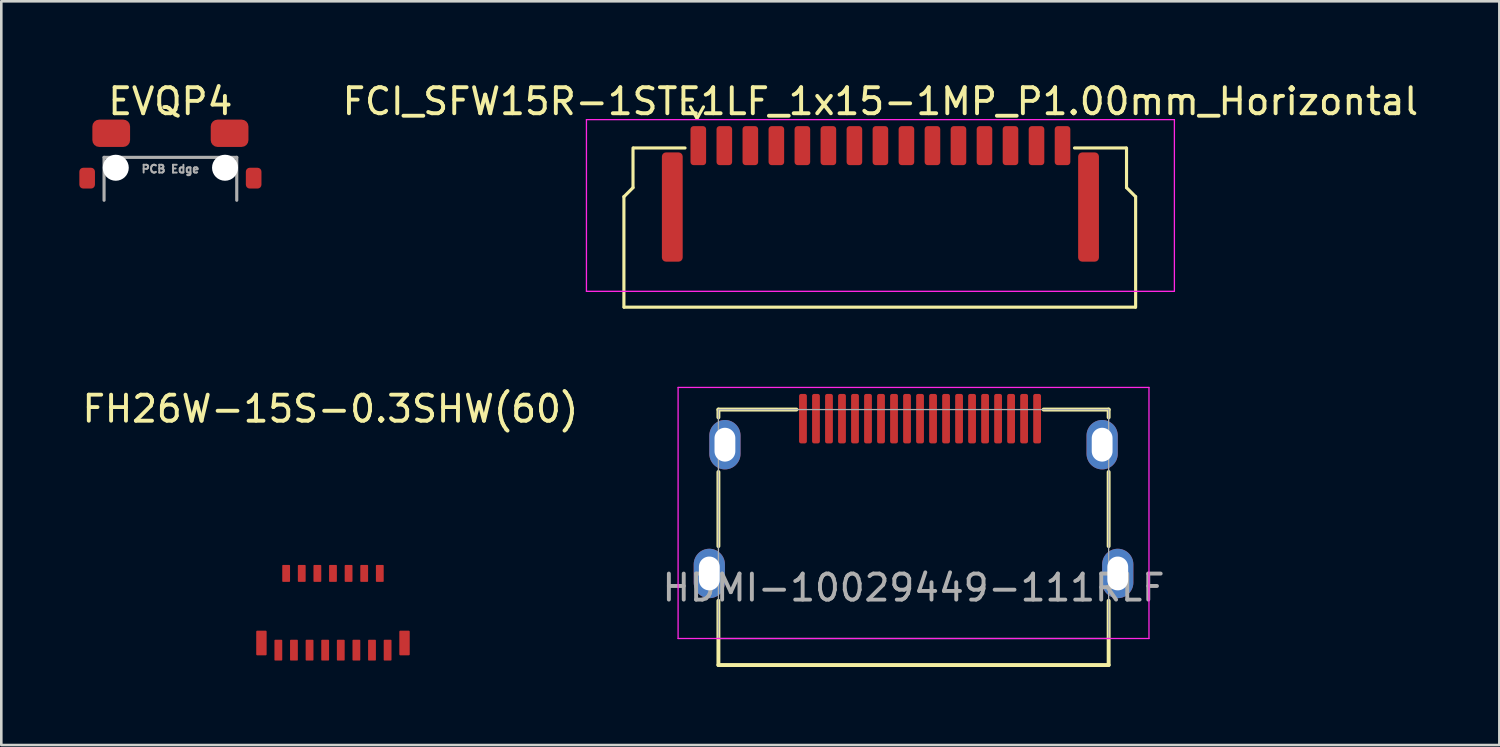
<source format=kicad_pcb>
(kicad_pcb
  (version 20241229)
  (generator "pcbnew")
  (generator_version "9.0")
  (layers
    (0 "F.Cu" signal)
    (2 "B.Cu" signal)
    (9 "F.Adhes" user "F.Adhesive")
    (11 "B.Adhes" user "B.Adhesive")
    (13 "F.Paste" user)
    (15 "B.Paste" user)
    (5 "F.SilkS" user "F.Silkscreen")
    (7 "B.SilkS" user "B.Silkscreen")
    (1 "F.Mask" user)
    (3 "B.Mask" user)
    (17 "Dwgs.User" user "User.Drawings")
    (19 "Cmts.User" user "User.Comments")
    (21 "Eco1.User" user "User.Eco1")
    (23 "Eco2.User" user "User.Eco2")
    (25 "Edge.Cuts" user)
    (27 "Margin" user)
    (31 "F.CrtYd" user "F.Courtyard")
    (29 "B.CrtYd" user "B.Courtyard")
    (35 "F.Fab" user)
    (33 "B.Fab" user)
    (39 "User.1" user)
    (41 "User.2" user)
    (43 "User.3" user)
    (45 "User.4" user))
  (footprint "FH26W-15S-0.3SHW(60)"
    (layer "F.Cu")
    (at 9.749 20.741)
    (property "Reference" "FH26W-15S-0.3SHW(60)" (at -0.1 -8.075 0) (unlocked yes) (layer "F.SilkS") (effects (font (size 1 1) (thickness 0.15))))
    (pad "1" smd roundrect (at -2.1 1.2) (size 0.3 0.8) (layers "F.Cu" "F.Mask" "F.Paste") (roundrect_rratio 0.1))
    (pad "2" smd roundrect (at -1.8 -1.75) (size 0.3 0.65) (layers "F.Cu" "F.Mask" "F.Paste") (roundrect_rratio 0.1))
    (pad "3" smd roundrect (at -1.5 1.2) (size 0.3 0.8) (layers "F.Cu" "F.Mask" "F.Paste") (roundrect_rratio 0.1))
    (pad "4" smd roundrect (at -1.2 -1.75) (size 0.3 0.65) (layers "F.Cu" "F.Mask" "F.Paste") (roundrect_rratio 0.1))
    (pad "5" smd roundrect (at -0.9 1.2) (size 0.3 0.8) (layers "F.Cu" "F.Mask" "F.Paste") (roundrect_rratio 0.1))
    (pad "6" smd roundrect (at -0.6 -1.75) (size 0.3 0.65) (layers "F.Cu" "F.Mask" "F.Paste") (roundrect_rratio 0.1))
    (pad "7" smd roundrect (at -0.3 1.2) (size 0.3 0.8) (layers "F.Cu" "F.Mask" "F.Paste") (roundrect_rratio 0.1))
    (pad "8" smd roundrect (at 0 -1.75) (size 0.3 0.65) (layers "F.Cu" "F.Mask" "F.Paste") (roundrect_rratio 0.1))
    (pad "9" smd roundrect (at 0.3 1.2) (size 0.3 0.8) (layers "F.Cu" "F.Mask" "F.Paste") (roundrect_rratio 0.1))
    (pad "10" smd roundrect (at 0.6 -1.75) (size 0.3 0.65) (layers "F.Cu" "F.Mask" "F.Paste") (roundrect_rratio 0.1))
    (pad "11" smd roundrect (at 0.9 1.2) (size 0.3 0.8) (layers "F.Cu" "F.Mask" "F.Paste") (roundrect_rratio 0.1))
    (pad "12" smd roundrect (at 1.2 -1.75) (size 0.3 0.65) (layers "F.Cu" "F.Mask" "F.Paste") (roundrect_rratio 0.1))
    (pad "13" smd roundrect (at 1.5 1.2) (size 0.3 0.8) (layers "F.Cu" "F.Mask" "F.Paste") (roundrect_rratio 0.1))
    (pad "14" smd roundrect (at 1.8 -1.75) (size 0.3 0.65) (layers "F.Cu" "F.Mask" "F.Paste") (roundrect_rratio 0.1))
    (pad "15" smd roundrect (at 2.1 1.2) (size 0.3 0.8) (layers "F.Cu" "F.Mask" "F.Paste") (roundrect_rratio 0.1))
    (pad "MP" smd roundrect (at -2.75 0.925) (size 0.4 0.95) (layers "F.Cu" "F.Mask" "F.Paste") (roundrect_rratio 0.1))
    (pad "MP" smd roundrect (at 2.75 0.925) (size 0.4 0.95) (layers "F.Cu" "F.Mask" "F.Paste") (roundrect_rratio 0.1)))
  (footprint "EVQP4"
    (layer "F.Cu")
    (at 3.5 4.648)
    (property "Reference" "EVQP4" (at 0 -3.8 180) (layer "F.SilkS") (effects (font (size 1 1) (thickness 0.15))))
    (attr smd)
    (fp_line (start -2.55 -1.65) (end 2.55 -1.65) (stroke (width 0.12) (type solid)) (layer "F.Fab"))
    (fp_line (start -2.55 0) (end -2.55 -1.65) (stroke (width 0.12) (type solid)) (layer "F.Fab"))
    (fp_line (start 2.55 -1.65) (end 2.55 0) (stroke (width 0.12) (type solid)) (layer "F.Fab"))
    (fp_text user "PCB Edge" (at 0 -1.2 180) (layer "F.Fab") (effects (font (size 0.3 0.3) (thickness 0.075))))
    (pad "" np_thru_hole circle (at -2.1 -1.25) (size 1 1) (drill 1) (layers "*.Cu" "*.Mask"))
    (pad "" np_thru_hole circle (at 2.1 -1.25) (size 1 1) (drill 1) (layers "*.Cu" "*.Mask"))
    (pad "1" smd roundrect (at -3.2 -0.85) (size 0.6 0.8) (layers "F.Cu" "F.Mask" "F.Paste") (roundrect_rratio 0.25))
    (pad "1" smd roundrect (at 2.275 -2.575) (size 1.45 1.05) (layers "F.Cu" "F.Mask" "F.Paste") (roundrect_rratio 0.25))
    (pad "1" smd roundrect (at 3.2 -0.85) (size 0.6 0.8) (layers "F.Cu" "F.Mask" "F.Paste") (roundrect_rratio 0.25))
    (pad "2" smd roundrect (at -2.275 -2.575) (size 1.45 1.05) (layers "F.Cu" "F.Mask" "F.Paste") (roundrect_rratio 0.25)))
  (footprint "FCI_SFW15R-1STE1LF_1x15-1MP_P1.00mm_Horizontal"
    (layer "F.Cu")
    (at 30.792 3.458)
    (property "Reference" "FCI_SFW15R-1STE1LF_1x15-1MP_P1.00mm_Horizontal" (at 0 -2.61 0) (layer "F.SilkS") (effects (font (size 1 1) (thickness 0.15))))
    (attr smd)
    (fp_line (start -9.86 5.3) (end -9.86 1.05) (stroke (width 0.12) (type solid)) (layer "F.SilkS"))
    (fp_line (start -9.85 5.3) (end 9.8 5.3) (stroke (width 0.12) (type solid)) (layer "F.SilkS"))
    (fp_line (start -9.51 0.704) (end -9.51 -0.819) (stroke (width 0.12) (type solid)) (layer "F.SilkS"))
    (fp_line (start -9.509 0.704) (end -9.859 1.054) (stroke (width 0.12) (type solid)) (layer "F.SilkS"))
    (fp_line (start -9.49 -0.82) (end -7.51 -0.82) (stroke (width 0.12) (type solid)) (layer "F.SilkS"))
    (fp_line (start -7.3 -2.4) (end -7.06 -1.97) (stroke (width 0.12) (type solid)) (layer "F.SilkS"))
    (fp_line (start -6.8 -2.4) (end -7.04 -1.97) (stroke (width 0.12) (type solid)) (layer "F.SilkS"))
    (fp_line (start 9.44 -0.82) (end 7.46 -0.82) (stroke (width 0.12) (type solid)) (layer "F.SilkS"))
    (fp_line (start 9.459 0.704) (end 9.809 1.054) (stroke (width 0.12) (type solid)) (layer "F.SilkS"))
    (fp_line (start 9.46 0.704) (end 9.46 -0.819) (stroke (width 0.12) (type solid)) (layer "F.SilkS"))
    (fp_line (start 9.81 5.3) (end 9.81 1.05) (stroke (width 0.12) (type solid)) (layer "F.SilkS"))
    (fp_line (start -11.3 -1.91) (end -11.3 4.69) (stroke (width 0.05) (type solid)) (layer "F.CrtYd"))
    (fp_line (start -11.3 4.69) (end 11.3 4.69) (stroke (width 0.05) (type solid)) (layer "F.CrtYd"))
    (fp_line (start 11.3 -1.91) (end -11.3 -1.91) (stroke (width 0.05) (type solid)) (layer "F.CrtYd"))
    (fp_line (start 11.3 4.69) (end 11.3 -1.91) (stroke (width 0.05) (type solid)) (layer "F.CrtYd"))
    (pad "1" smd roundrect (at -7 -0.91) (size 0.6 1.5) (layers "F.Cu" "F.Mask" "F.Paste") (roundrect_rratio 0.2))
    (pad "2" smd roundrect (at -6 -0.91) (size 0.6 1.5) (layers "F.Cu" "F.Mask" "F.Paste") (roundrect_rratio 0.2))
    (pad "3" smd roundrect (at -5 -0.91) (size 0.6 1.5) (layers "F.Cu" "F.Mask" "F.Paste") (roundrect_rratio 0.2))
    (pad "4" smd roundrect (at -4 -0.91) (size 0.6 1.5) (layers "F.Cu" "F.Mask" "F.Paste") (roundrect_rratio 0.2))
    (pad "5" smd roundrect (at -3 -0.91) (size 0.6 1.5) (layers "F.Cu" "F.Mask" "F.Paste") (roundrect_rratio 0.2))
    (pad "6" smd roundrect (at -2 -0.91) (size 0.6 1.5) (layers "F.Cu" "F.Mask" "F.Paste") (roundrect_rratio 0.2))
    (pad "7" smd roundrect (at -1 -0.91) (size 0.6 1.5) (layers "F.Cu" "F.Mask" "F.Paste") (roundrect_rratio 0.2))
    (pad "8" smd roundrect (at 0 -0.91) (size 0.6 1.5) (layers "F.Cu" "F.Mask" "F.Paste") (roundrect_rratio 0.2))
    (pad "9" smd roundrect (at 1 -0.91) (size 0.6 1.5) (layers "F.Cu" "F.Mask" "F.Paste") (roundrect_rratio 0.2))
    (pad "10" smd roundrect (at 2 -0.91) (size 0.6 1.5) (layers "F.Cu" "F.Mask" "F.Paste") (roundrect_rratio 0.2))
    (pad "11" smd roundrect (at 3 -0.91) (size 0.6 1.5) (layers "F.Cu" "F.Mask" "F.Paste") (roundrect_rratio 0.2))
    (pad "12" smd roundrect (at 4 -0.91) (size 0.6 1.5) (layers "F.Cu" "F.Mask" "F.Paste") (roundrect_rratio 0.2))
    (pad "13" smd roundrect (at 5 -0.91) (size 0.6 1.5) (layers "F.Cu" "F.Mask" "F.Paste") (roundrect_rratio 0.2))
    (pad "14" smd roundrect (at 6 -0.91) (size 0.6 1.5) (layers "F.Cu" "F.Mask" "F.Paste") (roundrect_rratio 0.2))
    (pad "15" smd roundrect (at 7 -0.91) (size 0.6 1.5) (layers "F.Cu" "F.Mask" "F.Paste") (roundrect_rratio 0.2))
    (pad "MP" smd roundrect (at -8 1.45) (size 0.8 4.2) (layers "F.Cu" "F.Mask" "F.Paste") (roundrect_rratio 0.2))
    (pad "MP" smd roundrect (at 8 1.45) (size 0.8 4.2) (layers "F.Cu" "F.Mask" "F.Paste") (roundrect_rratio 0.2)))
  (footprint "HDMI-10029449-111RLF"
    (layer "F.Cu")
    (at 32.065 13.993)
    (property "Reference" "HDMI-10029449-111RLF" (at 0 5.55 0) (layer "F.Fab") (effects (font (size 1 1) (thickness 0.15))))
    (attr through_hole)
    (fp_line (start -7.5 -1.3) (end -7.5 -1) (stroke (width 0.15) (type solid)) (layer "F.SilkS"))
    (fp_line (start -7.5 -1.3) (end -4.5 -1.3) (stroke (width 0.15) (type solid)) (layer "F.SilkS"))
    (fp_line (start -7.5 3.95) (end -7.5 1.1) (stroke (width 0.15) (type solid)) (layer "F.SilkS"))
    (fp_line (start -7.5 8.52) (end -7.5 6.05) (stroke (width 0.15) (type solid)) (layer "F.SilkS"))
    (fp_line (start -7.5 8.52) (end 7.5 8.52) (stroke (width 0.15) (type solid)) (layer "F.SilkS"))
    (fp_line (start 5 -1.3) (end 7.5 -1.3) (stroke (width 0.15) (type solid)) (layer "F.SilkS"))
    (fp_line (start 7.5 -1.3) (end 7.5 -1) (stroke (width 0.15) (type solid)) (layer "F.SilkS"))
    (fp_line (start 7.5 3.95) (end 7.5 1.1) (stroke (width 0.15) (type solid)) (layer "F.SilkS"))
    (fp_line (start 7.5 6.05) (end 7.5 8.52) (stroke (width 0.15) (type solid)) (layer "F.SilkS"))
    (fp_line (start -9.05 -2.15) (end -9.05 7.5) (stroke (width 0.05) (type solid)) (layer "F.CrtYd"))
    (fp_line (start -9.05 -2.15) (end 9.05 -2.15) (stroke (width 0.05) (type solid)) (layer "F.CrtYd"))
    (fp_line (start -9.05 7.5) (end 9.05 7.5) (stroke (width 0.05) (type solid)) (layer "F.CrtYd"))
    (fp_line (start 9.05 7.5) (end 9.05 -2.15) (stroke (width 0.05) (type solid)) (layer "F.CrtYd"))
    (fp_line (start -7.5 -1.3) (end 7.5 -1.3) (stroke (width 0.05) (type solid)) (layer "F.Fab"))
    (fp_line (start -7.5 7.5) (end -7.5 -1.3) (stroke (width 0.05) (type solid)) (layer "F.Fab"))
    (fp_line (start -7.5 7.5) (end 7.5 7.5) (stroke (width 0.05) (type solid)) (layer "F.Fab"))
    (fp_line (start 7.5 -1.3) (end 7.5 7.5) (stroke (width 0.05) (type solid)) (layer "F.Fab"))
    (pad "1" smd roundrect (at 4.75 -0.95) (size 0.3 1.9) (layers "F.Cu" "F.Mask" "F.Paste") (roundrect_rratio 0.25))
    (pad "2" smd roundrect (at 4.25 -0.95) (size 0.3 1.9) (layers "F.Cu" "F.Mask" "F.Paste") (roundrect_rratio 0.25))
    (pad "3" smd roundrect (at 3.75 -0.95) (size 0.3 1.9) (layers "F.Cu" "F.Mask" "F.Paste") (roundrect_rratio 0.25))
    (pad "4" smd roundrect (at 3.25 -0.95) (size 0.3 1.9) (layers "F.Cu" "F.Mask" "F.Paste") (roundrect_rratio 0.25))
    (pad "5" smd roundrect (at 2.75 -0.95) (size 0.3 1.9) (layers "F.Cu" "F.Mask" "F.Paste") (roundrect_rratio 0.25))
    (pad "6" smd roundrect (at 2.25 -0.95) (size 0.3 1.9) (layers "F.Cu" "F.Mask" "F.Paste") (roundrect_rratio 0.25))
    (pad "7" smd roundrect (at 1.75 -0.95) (size 0.3 1.9) (layers "F.Cu" "F.Mask" "F.Paste") (roundrect_rratio 0.25))
    (pad "8" smd roundrect (at 1.25 -0.95) (size 0.3 1.9) (layers "F.Cu" "F.Mask" "F.Paste") (roundrect_rratio 0.25))
    (pad "9" smd roundrect (at 0.75 -0.95) (size 0.3 1.9) (layers "F.Cu" "F.Mask" "F.Paste") (roundrect_rratio 0.25))
    (pad "10" smd roundrect (at 0.25 -0.95) (size 0.3 1.9) (layers "F.Cu" "F.Mask" "F.Paste") (roundrect_rratio 0.25))
    (pad "11" smd roundrect (at -0.25 -0.95) (size 0.3 1.9) (layers "F.Cu" "F.Mask" "F.Paste") (roundrect_rratio 0.25))
    (pad "12" smd roundrect (at -0.75 -0.95) (size 0.3 1.9) (layers "F.Cu" "F.Mask" "F.Paste") (roundrect_rratio 0.25))
    (pad "13" smd roundrect (at -1.25 -0.95) (size 0.3 1.9) (layers "F.Cu" "F.Mask" "F.Paste") (roundrect_rratio 0.25))
    (pad "14" smd roundrect (at -1.75 -0.95) (size 0.3 1.9) (layers "F.Cu" "F.Mask" "F.Paste") (roundrect_rratio 0.25))
    (pad "15" smd roundrect (at -2.25 -0.95) (size 0.3 1.9) (layers "F.Cu" "F.Mask" "F.Paste") (roundrect_rratio 0.25))
    (pad "16" smd roundrect (at -2.75 -0.95) (size 0.3 1.9) (layers "F.Cu" "F.Mask" "F.Paste") (roundrect_rratio 0.25))
    (pad "17" smd roundrect (at -3.25 -0.95) (size 0.3 1.9) (layers "F.Cu" "F.Mask" "F.Paste") (roundrect_rratio 0.25))
    (pad "18" smd roundrect (at -3.75 -0.95) (size 0.3 1.9) (layers "F.Cu" "F.Mask" "F.Paste") (roundrect_rratio 0.25))
    (pad "19" smd roundrect (at -4.25 -0.95) (size 0.3 1.9) (layers "F.Cu" "F.Mask" "F.Paste") (roundrect_rratio 0.25))
    (pad "SH" thru_hole oval (at -7.85 5) (size 1.2 1.9) (drill oval 0.8 1.3) (layers "*.Cu" "*.Mask"))
    (pad "SH" thru_hole oval (at -7.25 0.05) (size 1.2 1.9) (drill oval 0.8 1.3) (layers "*.Cu" "*.Mask"))
    (pad "SH" thru_hole oval (at 7.25 0.05) (size 1.2 1.9) (drill oval 0.8 1.3) (layers "*.Cu" "*.Mask"))
    (pad "SH" thru_hole oval (at 7.85 5) (size 1.2 1.9) (drill oval 0.8 1.3) (layers "*.Cu" "*.Mask")))
  (gr_rect
    (start -3 -3)
    (end 54.583 25.588)
    (stroke (width 0.1) (type default))
    (fill no)
    (layer "Edge.Cuts")))
</source>
